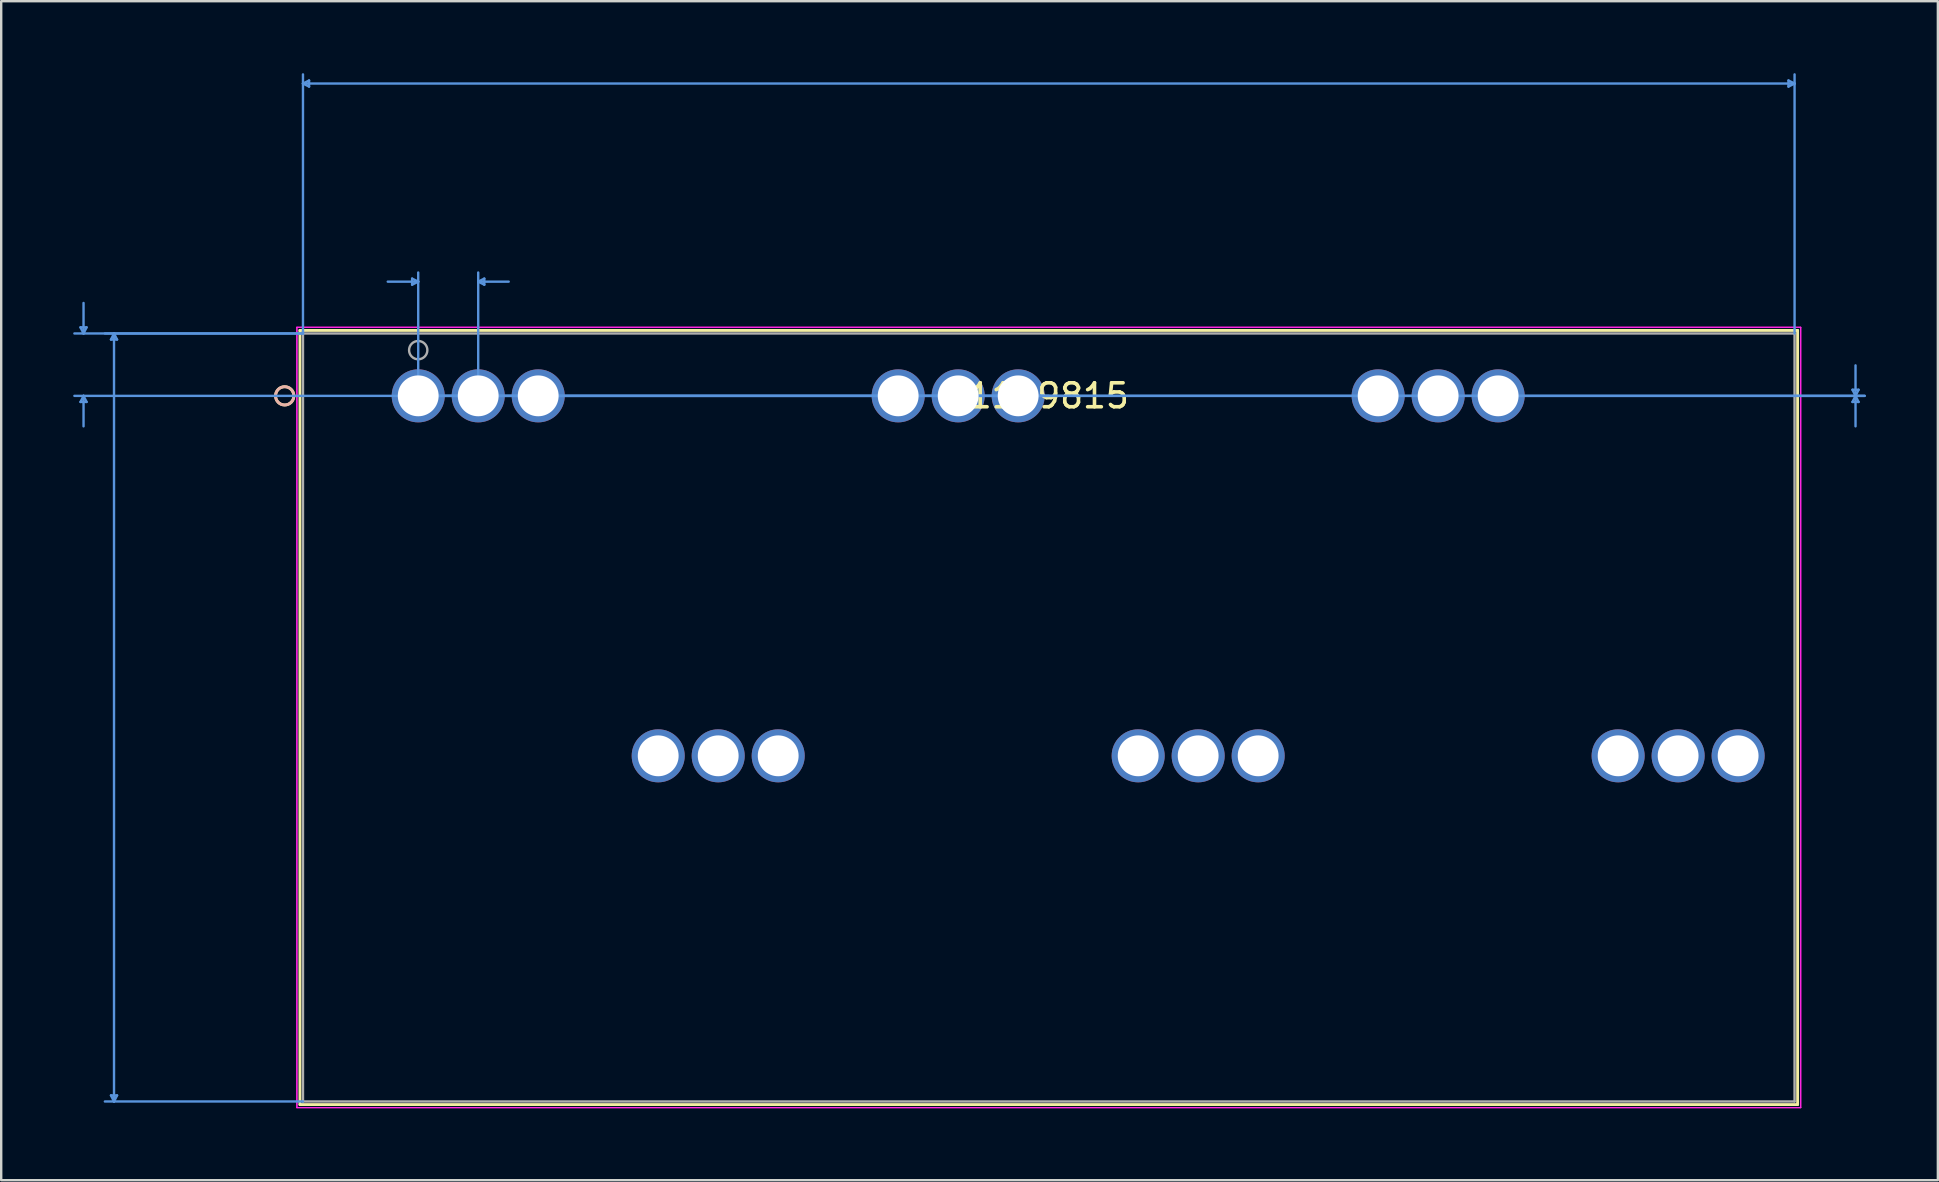
<source format=kicad_pcb>
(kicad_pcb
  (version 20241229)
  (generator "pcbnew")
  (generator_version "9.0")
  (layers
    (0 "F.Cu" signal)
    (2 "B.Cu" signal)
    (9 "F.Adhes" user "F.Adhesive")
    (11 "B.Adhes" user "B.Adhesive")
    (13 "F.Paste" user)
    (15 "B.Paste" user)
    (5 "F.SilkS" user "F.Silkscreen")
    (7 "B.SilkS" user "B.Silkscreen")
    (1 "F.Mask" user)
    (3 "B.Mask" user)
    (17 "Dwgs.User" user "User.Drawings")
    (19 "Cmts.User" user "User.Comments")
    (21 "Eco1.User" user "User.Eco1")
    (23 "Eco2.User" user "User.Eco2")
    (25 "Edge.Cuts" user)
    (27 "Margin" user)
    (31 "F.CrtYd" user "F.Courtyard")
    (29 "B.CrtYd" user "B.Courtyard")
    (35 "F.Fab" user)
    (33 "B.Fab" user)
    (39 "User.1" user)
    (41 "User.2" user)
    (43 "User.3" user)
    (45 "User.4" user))
  (footprint "1119815"
    (layer "F.Cu")
    (at 14.377 13.445)
    (property "Reference" "1119815" (at 26.275 0 0) (layer "F.SilkS") (effects (font (size 1 1) (thickness 0.15))))
    (attr through_hole)
    (fp_line (start -4.929 -2.727) (end -4.929 29.531) (stroke (width 0.12) (type solid)) (layer "F.SilkS"))
    (fp_line (start -4.929 29.531) (end 57.479 29.531) (stroke (width 0.12) (type solid)) (layer "F.SilkS"))
    (fp_line (start 57.479 -2.727) (end -4.929 -2.727) (stroke (width 0.12) (type solid)) (layer "F.SilkS"))
    (fp_line (start 57.479 29.531) (end 57.479 -2.727) (stroke (width 0.12) (type solid)) (layer "F.SilkS"))
    (fp_circle (center -5.564 0) (end -5.183 0) (stroke (width 0.12) (type solid)) (fill no) (layer "F.SilkS"))
    (fp_circle (center -5.564 0) (end -5.183 0) (stroke (width 0.12) (type solid)) (fill no) (layer "B.SilkS"))
    (fp_line (start -14.073 -2.854) (end -13.819 -2.854) (stroke (width 0.1) (type solid)) (layer "Cmts.User"))
    (fp_line (start -14.073 0.254) (end -13.819 0.254) (stroke (width 0.1) (type solid)) (layer "Cmts.User"))
    (fp_line (start -13.946 -2.6) (end -14.073 -2.854) (stroke (width 0.1) (type solid)) (layer "Cmts.User"))
    (fp_line (start -13.946 -2.6) (end -13.946 -3.87) (stroke (width 0.1) (type solid)) (layer "Cmts.User"))
    (fp_line (start -13.946 -2.6) (end -13.819 -2.854) (stroke (width 0.1) (type solid)) (layer "Cmts.User"))
    (fp_line (start -13.946 0) (end -14.073 0.254) (stroke (width 0.1) (type solid)) (layer "Cmts.User"))
    (fp_line (start -13.946 0) (end -13.946 1.27) (stroke (width 0.1) (type solid)) (layer "Cmts.User"))
    (fp_line (start -13.946 0) (end -13.819 0.254) (stroke (width 0.1) (type solid)) (layer "Cmts.User"))
    (fp_line (start -12.803 -2.346) (end -12.549 -2.346) (stroke (width 0.1) (type solid)) (layer "Cmts.User"))
    (fp_line (start -12.803 29.15) (end -12.549 29.15) (stroke (width 0.1) (type solid)) (layer "Cmts.User"))
    (fp_line (start -12.676 -2.6) (end -12.803 -2.346) (stroke (width 0.1) (type solid)) (layer "Cmts.User"))
    (fp_line (start -12.676 -2.6) (end -12.676 29.404) (stroke (width 0.1) (type solid)) (layer "Cmts.User"))
    (fp_line (start -12.676 -2.6) (end -12.549 -2.346) (stroke (width 0.1) (type solid)) (layer "Cmts.User"))
    (fp_line (start -12.676 29.404) (end -12.803 29.15) (stroke (width 0.1) (type solid)) (layer "Cmts.User"))
    (fp_line (start -12.676 29.404) (end -12.549 29.15) (stroke (width 0.1) (type solid)) (layer "Cmts.User"))
    (fp_line (start -4.802 -13.014) (end -4.548 -13.141) (stroke (width 0.1) (type solid)) (layer "Cmts.User"))
    (fp_line (start -4.802 -13.014) (end -4.548 -12.887) (stroke (width 0.1) (type solid)) (layer "Cmts.User"))
    (fp_line (start -4.802 -13.014) (end 57.352 -13.014) (stroke (width 0.1) (type solid)) (layer "Cmts.User"))
    (fp_line (start -4.802 -2.6) (end -14.327 -2.6) (stroke (width 0.1) (type solid)) (layer "Cmts.User"))
    (fp_line (start -4.802 -2.6) (end -13.057 -2.6) (stroke (width 0.1) (type solid)) (layer "Cmts.User"))
    (fp_line (start -4.802 -2.6) (end -4.802 -13.395) (stroke (width 0.1) (type solid)) (layer "Cmts.User"))
    (fp_line (start -4.802 29.404) (end -13.057 29.404) (stroke (width 0.1) (type solid)) (layer "Cmts.User"))
    (fp_line (start -4.548 -13.141) (end -4.548 -12.887) (stroke (width 0.1) (type solid)) (layer "Cmts.User"))
    (fp_line (start -0.254 -4.886) (end -0.254 -4.632) (stroke (width 0.1) (type solid)) (layer "Cmts.User"))
    (fp_line (start 0 -4.759) (end -1.27 -4.759) (stroke (width 0.1) (type solid)) (layer "Cmts.User"))
    (fp_line (start 0 -4.759) (end -0.254 -4.886) (stroke (width 0.1) (type solid)) (layer "Cmts.User"))
    (fp_line (start 0 -4.759) (end -0.254 -4.632) (stroke (width 0.1) (type solid)) (layer "Cmts.User"))
    (fp_line (start 0 0) (end 0 -5.14) (stroke (width 0.1) (type solid)) (layer "Cmts.User"))
    (fp_line (start 0 0) (end 60.273 0) (stroke (width 0.1) (type solid)) (layer "Cmts.User"))
    (fp_line (start 0 0) (end 60.273 0) (stroke (width 0.1) (type solid)) (layer "Cmts.User"))
    (fp_line (start 2.5 -4.759) (end 2.754 -4.886) (stroke (width 0.1) (type solid)) (layer "Cmts.User"))
    (fp_line (start 2.5 -4.759) (end 2.754 -4.632) (stroke (width 0.1) (type solid)) (layer "Cmts.User"))
    (fp_line (start 2.5 -4.759) (end 3.77 -4.759) (stroke (width 0.1) (type solid)) (layer "Cmts.User"))
    (fp_line (start 2.5 0) (end 2.5 -5.14) (stroke (width 0.1) (type solid)) (layer "Cmts.User"))
    (fp_line (start 2.754 -4.886) (end 2.754 -4.632) (stroke (width 0.1) (type solid)) (layer "Cmts.User"))
    (fp_line (start 26.275 0) (end -14.327 0) (stroke (width 0.1) (type solid)) (layer "Cmts.User"))
    (fp_line (start 57.098 -13.141) (end 57.098 -12.887) (stroke (width 0.1) (type solid)) (layer "Cmts.User"))
    (fp_line (start 57.352 -13.014) (end 57.098 -13.141) (stroke (width 0.1) (type solid)) (layer "Cmts.User"))
    (fp_line (start 57.352 -13.014) (end 57.098 -12.887) (stroke (width 0.1) (type solid)) (layer "Cmts.User"))
    (fp_line (start 57.352 -2.6) (end 57.352 -13.395) (stroke (width 0.1) (type solid)) (layer "Cmts.User"))
    (fp_line (start 59.765 -0.254) (end 60.019 -0.254) (stroke (width 0.1) (type solid)) (layer "Cmts.User"))
    (fp_line (start 59.765 0.254) (end 60.019 0.254) (stroke (width 0.1) (type solid)) (layer "Cmts.User"))
    (fp_line (start 59.892 0) (end 59.765 -0.254) (stroke (width 0.1) (type solid)) (layer "Cmts.User"))
    (fp_line (start 59.892 0) (end 59.765 0.254) (stroke (width 0.1) (type solid)) (layer "Cmts.User"))
    (fp_line (start 59.892 0) (end 59.892 -1.27) (stroke (width 0.1) (type solid)) (layer "Cmts.User"))
    (fp_line (start 59.892 0) (end 59.892 1.27) (stroke (width 0.1) (type solid)) (layer "Cmts.User"))
    (fp_line (start 59.892 0) (end 60.019 -0.254) (stroke (width 0.1) (type solid)) (layer "Cmts.User"))
    (fp_line (start 59.892 0) (end 60.019 0.254) (stroke (width 0.1) (type solid)) (layer "Cmts.User"))
    (fp_line (start -5.056 -2.854) (end -5.056 29.658) (stroke (width 0.05) (type solid)) (layer "F.CrtYd"))
    (fp_line (start -5.056 -2.854) (end -5.056 29.658) (stroke (width 0.05) (type solid)) (layer "F.CrtYd"))
    (fp_line (start -5.056 29.658) (end 57.606 29.658) (stroke (width 0.05) (type solid)) (layer "F.CrtYd"))
    (fp_line (start -5.056 29.658) (end 57.606 29.658) (stroke (width 0.05) (type solid)) (layer "F.CrtYd"))
    (fp_line (start 57.606 -2.854) (end -5.056 -2.854) (stroke (width 0.05) (type solid)) (layer "F.CrtYd"))
    (fp_line (start 57.606 -2.854) (end -5.056 -2.854) (stroke (width 0.05) (type solid)) (layer "F.CrtYd"))
    (fp_line (start 57.606 29.658) (end 57.606 -2.854) (stroke (width 0.05) (type solid)) (layer "F.CrtYd"))
    (fp_line (start 57.606 29.658) (end 57.606 -2.854) (stroke (width 0.05) (type solid)) (layer "F.CrtYd"))
    (fp_line (start -4.802 -2.6) (end -4.802 29.404) (stroke (width 0.1) (type solid)) (layer "F.Fab"))
    (fp_line (start -4.802 29.404) (end 57.352 29.404) (stroke (width 0.1) (type solid)) (layer "F.Fab"))
    (fp_line (start 57.352 -2.6) (end -4.802 -2.6) (stroke (width 0.1) (type solid)) (layer "F.Fab"))
    (fp_line (start 57.352 29.404) (end 57.352 -2.6) (stroke (width 0.1) (type solid)) (layer "F.Fab"))
    (fp_circle (center 0 -1.905) (end 0.381 -1.905) (stroke (width 0.1) (type solid)) (fill no) (layer "F.Fab"))
    (fp_text user "*" (at 0 0 0) (layer "F.SilkS") (effects (font (size 1 1) (thickness 0.15))))
    (fp_text user "Copyright 2021 Accelerated Designs. All rights reserved." (at 0 0 0) (layer "Cmts.User") (effects (font (size 0.127 0.127) (thickness 0.002))))
    (fp_text user "*" (at 0 0 0) (layer "F.Fab") (effects (font (size 1 1) (thickness 0.15))))
    (pad "1" thru_hole circle (at 0.000004 0) (size 2.21 2.21) (drill 1.702) (layers "*.Cu" "*.Mask"))
    (pad "2" thru_hole circle (at 2.5 0) (size 2.21 2.21) (drill 1.702) (layers "*.Cu" "*.Mask"))
    (pad "3" thru_hole circle (at 5 0) (size 2.21 2.21) (drill 1.702) (layers "*.Cu" "*.Mask"))
    (pad "4" thru_hole circle (at 10 15) (size 2.21 2.21) (drill 1.702) (layers "*.Cu" "*.Mask"))
    (pad "5" thru_hole circle (at 12.5 15) (size 2.21 2.21) (drill 1.702) (layers "*.Cu" "*.Mask"))
    (pad "6" thru_hole circle (at 15 15) (size 2.21 2.21) (drill 1.702) (layers "*.Cu" "*.Mask"))
    (pad "7" thru_hole circle (at 20 0) (size 2.21 2.21) (drill 1.702) (layers "*.Cu" "*.Mask"))
    (pad "8" thru_hole circle (at 22.5 0) (size 2.21 2.21) (drill 1.702) (layers "*.Cu" "*.Mask"))
    (pad "9" thru_hole circle (at 25 0) (size 2.21 2.21) (drill 1.702) (layers "*.Cu" "*.Mask"))
    (pad "10" thru_hole circle (at 30 15) (size 2.21 2.21) (drill 1.702) (layers "*.Cu" "*.Mask"))
    (pad "11" thru_hole circle (at 32.5 15) (size 2.21 2.21) (drill 1.702) (layers "*.Cu" "*.Mask"))
    (pad "12" thru_hole circle (at 35 15) (size 2.21 2.21) (drill 1.702) (layers "*.Cu" "*.Mask"))
    (pad "13" thru_hole circle (at 40 0) (size 2.21 2.21) (drill 1.702) (layers "*.Cu" "*.Mask"))
    (pad "14" thru_hole circle (at 42.5 0) (size 2.21 2.21) (drill 1.702) (layers "*.Cu" "*.Mask"))
    (pad "15" thru_hole circle (at 45 0) (size 2.21 2.21) (drill 1.702) (layers "*.Cu" "*.Mask"))
    (pad "16" thru_hole circle (at 50 15) (size 2.21 2.21) (drill 1.702) (layers "*.Cu" "*.Mask"))
    (pad "17" thru_hole circle (at 52.5 15) (size 2.21 2.21) (drill 1.702) (layers "*.Cu" "*.Mask"))
    (pad "18" thru_hole circle (at 55 15) (size 2.21 2.21) (drill 1.702) (layers "*.Cu" "*.Mask")))
  (gr_rect
    (start -3 -3)
    (end 77.7 46.128)
    (stroke (width 0.1) (type default))
    (fill no)
    (layer "Edge.Cuts")))
</source>
